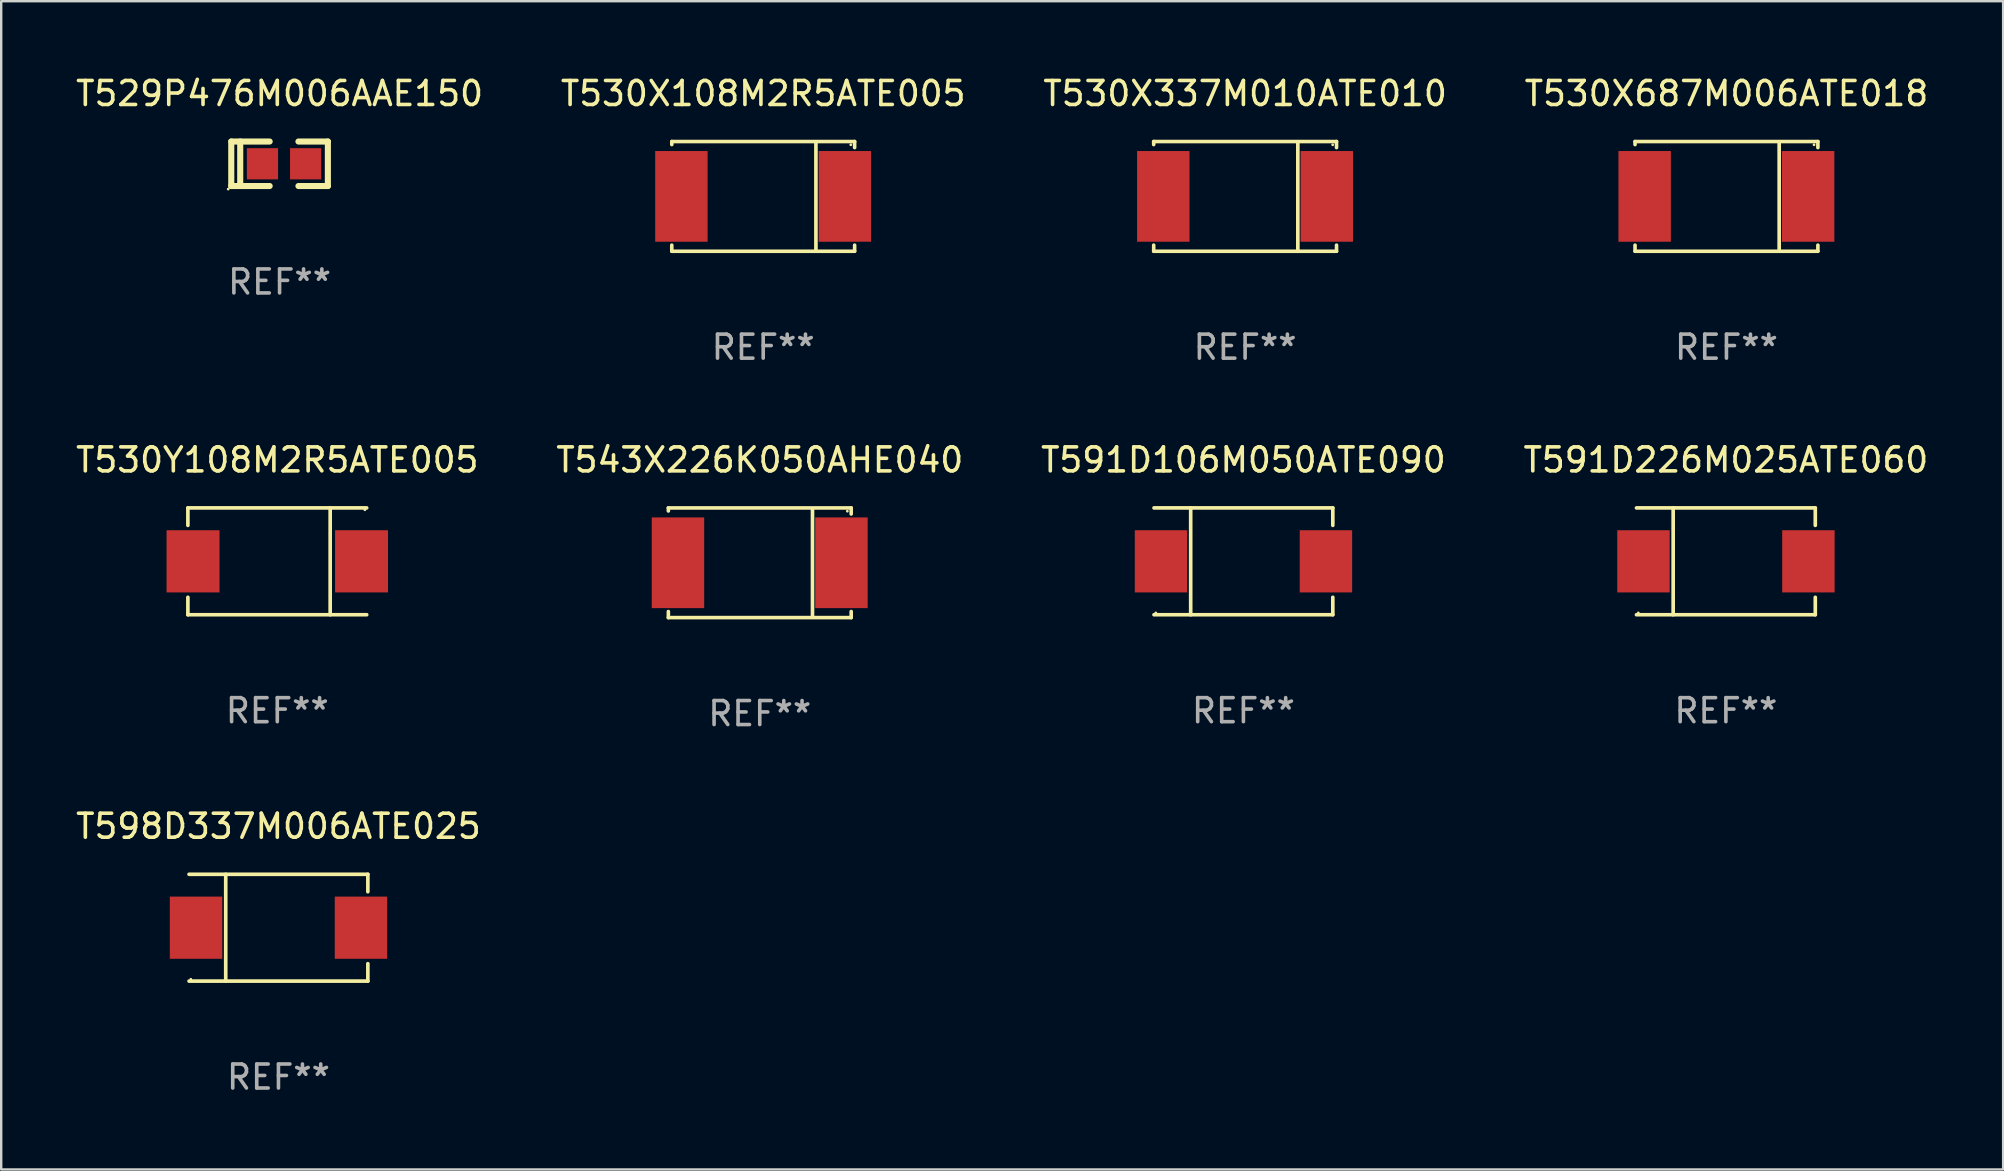
<source format=kicad_pcb>
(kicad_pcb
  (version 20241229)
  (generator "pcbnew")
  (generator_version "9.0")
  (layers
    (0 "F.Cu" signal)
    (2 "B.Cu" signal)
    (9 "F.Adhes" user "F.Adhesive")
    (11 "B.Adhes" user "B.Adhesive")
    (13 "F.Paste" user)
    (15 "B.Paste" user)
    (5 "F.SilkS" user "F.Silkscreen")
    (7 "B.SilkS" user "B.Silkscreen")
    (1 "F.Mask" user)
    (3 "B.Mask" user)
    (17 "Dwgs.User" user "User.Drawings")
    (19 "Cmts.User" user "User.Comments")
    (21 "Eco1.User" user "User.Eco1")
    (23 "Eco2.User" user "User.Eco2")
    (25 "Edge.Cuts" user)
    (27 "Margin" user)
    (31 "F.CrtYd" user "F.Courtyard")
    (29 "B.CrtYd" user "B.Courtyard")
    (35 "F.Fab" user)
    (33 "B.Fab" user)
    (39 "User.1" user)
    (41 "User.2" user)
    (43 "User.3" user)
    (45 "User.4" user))
  (footprint "T530Y108M2R5ATE005"
    (layer "F.Cu")
    (at 8.506 20.343)
    (property "Reference" "T530Y108M2R5ATE005" (at 0 -4.226 0) (layer "F.SilkS") (effects (font (size 1 1) (thickness 0.15))))
    (attr through_hole)
    (fp_line (start -3.726 -2.226) (end -3.726 -1.499) (stroke (width 0.152) (type solid)) (layer "F.SilkS"))
    (fp_line (start -3.726 -2.226) (end 3.726 -2.226) (stroke (width 0.152) (type solid)) (layer "F.SilkS"))
    (fp_line (start -3.726 2.226) (end -3.726 1.499) (stroke (width 0.152) (type solid)) (layer "F.SilkS"))
    (fp_line (start -3.726 2.226) (end 3.726 2.226) (stroke (width 0.152) (type solid)) (layer "F.SilkS"))
    (fp_line (start 2.204 -2.226) (end 2.204 2.226) (stroke (width 0.152) (type solid)) (layer "F.SilkS"))
    (fp_circle (center 3.65 -2.15) (end 3.68 -2.15) (stroke (width 0.06) (type solid)) (fill no) (layer "F.SilkS"))
    (fp_text user "REF**" (at 0 6.226 0) (layer "F.Fab") (effects (font (size 1 1) (thickness 0.15))))
    (pad "1" smd rect (at 3.511 0) (size 2.207 2.592) (layers "F.Cu" "F.Mask" "F.Paste"))
    (pad "2" smd rect (at -3.511 0) (size 2.207 2.592) (layers "F.Cu" "F.Mask" "F.Paste")))
  (footprint "T530X687M006ATE018"
    (layer "F.Cu")
    (at 68.899 5.134)
    (property "Reference" "T530X687M006ATE018" (at 0 -4.286 0) (layer "F.SilkS") (effects (font (size 1 1) (thickness 0.15))))
    (attr through_hole)
    (fp_line (start -3.81 -2.286) (end -3.81 -2.159) (stroke (width 0.15) (type solid)) (layer "F.SilkS"))
    (fp_line (start -3.81 2.032) (end -3.81 2.286) (stroke (width 0.15) (type solid)) (layer "F.SilkS"))
    (fp_line (start -3.81 2.286) (end 3.81 2.286) (stroke (width 0.15) (type solid)) (layer "F.SilkS"))
    (fp_line (start 2.197 -2.226) (end 2.197 2.226) (stroke (width 0.152) (type solid)) (layer "F.SilkS"))
    (fp_line (start 3.81 -2.286) (end -3.81 -2.286) (stroke (width 0.15) (type solid)) (layer "F.SilkS"))
    (fp_line (start 3.81 -2.032) (end 3.81 -2.286) (stroke (width 0.15) (type solid)) (layer "F.SilkS"))
    (fp_line (start 3.81 2.286) (end 3.81 2.032) (stroke (width 0.15) (type solid)) (layer "F.SilkS"))
    (fp_circle (center 3.65 -2.15) (end 3.68 -2.15) (stroke (width 0.06) (type solid)) (fill no) (layer "F.SilkS"))
    (fp_text user "REF**" (at 0 6.286 0) (layer "F.Fab") (effects (font (size 1 1) (thickness 0.15))))
    (pad "1" smd rect (at 3.404 0 180) (size 2.185 3.78) (layers "F.Cu" "F.Mask" "F.Paste"))
    (pad "2" smd rect (at -3.409 0 180) (size 2.185 3.78) (layers "F.Cu" "F.Mask" "F.Paste")))
  (footprint "T591D106M050ATE090"
    (layer "F.Cu")
    (at 48.768 20.343)
    (property "Reference" "T591D106M050ATE090" (at 0 -4.226 0) (layer "F.SilkS") (effects (font (size 1 1) (thickness 0.15))))
    (attr through_hole)
    (fp_line (start -3.726 -2.226) (end 3.726 -2.226) (stroke (width 0.152) (type solid)) (layer "F.SilkS"))
    (fp_line (start -3.726 2.226) (end 3.726 2.226) (stroke (width 0.152) (type solid)) (layer "F.SilkS"))
    (fp_line (start -2.197 -2.226) (end -2.197 2.226) (stroke (width 0.152) (type solid)) (layer "F.SilkS"))
    (fp_line (start 3.726 -2.226) (end 3.726 -1.499) (stroke (width 0.152) (type solid)) (layer "F.SilkS"))
    (fp_line (start 3.726 2.226) (end 3.726 1.499) (stroke (width 0.152) (type solid)) (layer "F.SilkS"))
    (fp_circle (center -3.65 2.15) (end -3.62 2.15) (stroke (width 0.06) (type solid)) (fill no) (layer "F.SilkS"))
    (fp_text user "REF**" (at 0 6.226 0) (layer "F.Fab") (effects (font (size 1 1) (thickness 0.15))))
    (pad "1" smd rect (at -3.434 0 180) (size 2.185 2.592) (layers "F.Cu" "F.Mask" "F.Paste"))
    (pad "2" smd rect (at 3.439 0 180) (size 2.185 2.592) (layers "F.Cu" "F.Mask" "F.Paste")))
  (footprint "T598D337M006ATE025"
    (layer "F.Cu")
    (at 8.554 35.611)
    (property "Reference" "T598D337M006ATE025" (at 0 -4.226 0) (layer "F.SilkS") (effects (font (size 1 1) (thickness 0.15))))
    (attr through_hole)
    (fp_line (start -3.726 -2.226) (end 3.726 -2.226) (stroke (width 0.152) (type solid)) (layer "F.SilkS"))
    (fp_line (start -3.726 2.226) (end 3.726 2.226) (stroke (width 0.152) (type solid)) (layer "F.SilkS"))
    (fp_line (start -2.197 -2.226) (end -2.197 2.226) (stroke (width 0.152) (type solid)) (layer "F.SilkS"))
    (fp_line (start 3.726 -2.226) (end 3.726 -1.499) (stroke (width 0.152) (type solid)) (layer "F.SilkS"))
    (fp_line (start 3.726 2.226) (end 3.726 1.499) (stroke (width 0.152) (type solid)) (layer "F.SilkS"))
    (fp_circle (center -3.65 2.15) (end -3.62 2.15) (stroke (width 0.06) (type solid)) (fill no) (layer "F.SilkS"))
    (fp_text user "REF**" (at 0 6.226 0) (layer "F.Fab") (effects (font (size 1 1) (thickness 0.15))))
    (pad "1" smd rect (at -3.434 0 180) (size 2.185 2.592) (layers "F.Cu" "F.Mask" "F.Paste"))
    (pad "2" smd rect (at 3.439 0 180) (size 2.185 2.592) (layers "F.Cu" "F.Mask" "F.Paste")))
  (footprint "T529P476M006AAE150"
    (layer "F.Cu")
    (at 8.601 3.775)
    (property "Reference" "T529P476M006AAE150" (at 0 -2.927 0) (layer "F.SilkS") (effects (font (size 1 1) (thickness 0.15))))
    (attr through_hole)
    (fp_line (start -2.013 -0.927) (end -2.013 0.927) (stroke (width 0.254) (type solid)) (layer "F.SilkS"))
    (fp_line (start -2.013 0.927) (end -0.413 0.927) (stroke (width 0.254) (type solid)) (layer "F.SilkS"))
    (fp_line (start -1.64 -0.927) (end -1.64 0.927) (stroke (width 0.254) (type solid)) (layer "F.SilkS"))
    (fp_line (start -0.413 -0.927) (end -2.013 -0.927) (stroke (width 0.254) (type solid)) (layer "F.SilkS"))
    (fp_line (start 0.786 -0.927) (end 2.013 -0.927) (stroke (width 0.254) (type solid)) (layer "F.SilkS"))
    (fp_line (start 2.013 -0.927) (end 2.013 0.927) (stroke (width 0.254) (type solid)) (layer "F.SilkS"))
    (fp_line (start 2.013 0.927) (end 0.786 0.927) (stroke (width 0.254) (type solid)) (layer "F.SilkS"))
    (fp_circle (center -2.14 1.054) (end -2.11 1.054) (stroke (width 0.06) (type solid)) (fill no) (layer "F.SilkS"))
    (fp_text user "REF**" (at 0 4.927 0) (layer "F.Fab") (effects (font (size 1 1) (thickness 0.15))))
    (pad "1" smd rect (at -0.712 0) (size 1.3 1.3) (layers "F.Cu" "F.Mask" "F.Paste"))
    (pad "2" smd rect (at 1.086 0) (size 1.3 1.3) (layers "F.Cu" "F.Mask" "F.Paste")))
  (footprint "T530X108M2R5ATE005"
    (layer "F.Cu")
    (at 28.756 5.134)
    (property "Reference" "T530X108M2R5ATE005" (at 0 -4.286 0) (layer "F.SilkS") (effects (font (size 1 1) (thickness 0.15))))
    (attr through_hole)
    (fp_line (start -3.81 -2.286) (end -3.81 -2.159) (stroke (width 0.15) (type solid)) (layer "F.SilkS"))
    (fp_line (start -3.81 2.032) (end -3.81 2.286) (stroke (width 0.15) (type solid)) (layer "F.SilkS"))
    (fp_line (start -3.81 2.286) (end 3.81 2.286) (stroke (width 0.15) (type solid)) (layer "F.SilkS"))
    (fp_line (start 2.197 -2.226) (end 2.197 2.226) (stroke (width 0.152) (type solid)) (layer "F.SilkS"))
    (fp_line (start 3.81 -2.286) (end -3.81 -2.286) (stroke (width 0.15) (type solid)) (layer "F.SilkS"))
    (fp_line (start 3.81 -2.032) (end 3.81 -2.286) (stroke (width 0.15) (type solid)) (layer "F.SilkS"))
    (fp_line (start 3.81 2.286) (end 3.81 2.032) (stroke (width 0.15) (type solid)) (layer "F.SilkS"))
    (fp_circle (center 3.65 -2.15) (end 3.68 -2.15) (stroke (width 0.06) (type solid)) (fill no) (layer "F.SilkS"))
    (fp_text user "REF**" (at 0 6.286 0) (layer "F.Fab") (effects (font (size 1 1) (thickness 0.15))))
    (pad "1" smd rect (at 3.404 0 180) (size 2.185 3.78) (layers "F.Cu" "F.Mask" "F.Paste"))
    (pad "2" smd rect (at -3.409 0 180) (size 2.185 3.78) (layers "F.Cu" "F.Mask" "F.Paste")))
  (footprint "T530X337M010ATE010"
    (layer "F.Cu")
    (at 48.839 5.134)
    (property "Reference" "T530X337M010ATE010" (at 0 -4.286 0) (layer "F.SilkS") (effects (font (size 1 1) (thickness 0.15))))
    (attr through_hole)
    (fp_line (start -3.81 -2.286) (end -3.81 -2.159) (stroke (width 0.15) (type solid)) (layer "F.SilkS"))
    (fp_line (start -3.81 2.032) (end -3.81 2.286) (stroke (width 0.15) (type solid)) (layer "F.SilkS"))
    (fp_line (start -3.81 2.286) (end 3.81 2.286) (stroke (width 0.15) (type solid)) (layer "F.SilkS"))
    (fp_line (start 2.197 -2.226) (end 2.197 2.226) (stroke (width 0.152) (type solid)) (layer "F.SilkS"))
    (fp_line (start 3.81 -2.286) (end -3.81 -2.286) (stroke (width 0.15) (type solid)) (layer "F.SilkS"))
    (fp_line (start 3.81 -2.032) (end 3.81 -2.286) (stroke (width 0.15) (type solid)) (layer "F.SilkS"))
    (fp_line (start 3.81 2.286) (end 3.81 2.032) (stroke (width 0.15) (type solid)) (layer "F.SilkS"))
    (fp_circle (center 3.65 -2.15) (end 3.68 -2.15) (stroke (width 0.06) (type solid)) (fill no) (layer "F.SilkS"))
    (fp_text user "REF**" (at 0 6.286 0) (layer "F.Fab") (effects (font (size 1 1) (thickness 0.15))))
    (pad "1" smd rect (at 3.404 0 180) (size 2.185 3.78) (layers "F.Cu" "F.Mask" "F.Paste"))
    (pad "2" smd rect (at -3.409 0 180) (size 2.185 3.78) (layers "F.Cu" "F.Mask" "F.Paste")))
  (footprint "T543X226K050AHE040"
    (layer "F.Cu")
    (at 28.613 20.403)
    (property "Reference" "T543X226K050AHE040" (at 0 -4.286 0) (layer "F.SilkS") (effects (font (size 1 1) (thickness 0.15))))
    (attr through_hole)
    (fp_line (start -3.81 -2.286) (end -3.81 -2.159) (stroke (width 0.15) (type solid)) (layer "F.SilkS"))
    (fp_line (start -3.81 2.032) (end -3.81 2.286) (stroke (width 0.15) (type solid)) (layer "F.SilkS"))
    (fp_line (start -3.81 2.286) (end 3.81 2.286) (stroke (width 0.15) (type solid)) (layer "F.SilkS"))
    (fp_line (start 2.197 -2.226) (end 2.197 2.226) (stroke (width 0.152) (type solid)) (layer "F.SilkS"))
    (fp_line (start 3.81 -2.286) (end -3.81 -2.286) (stroke (width 0.15) (type solid)) (layer "F.SilkS"))
    (fp_line (start 3.81 -2.032) (end 3.81 -2.286) (stroke (width 0.15) (type solid)) (layer "F.SilkS"))
    (fp_line (start 3.81 2.286) (end 3.81 2.032) (stroke (width 0.15) (type solid)) (layer "F.SilkS"))
    (fp_circle (center 3.65 -2.15) (end 3.68 -2.15) (stroke (width 0.06) (type solid)) (fill no) (layer "F.SilkS"))
    (fp_text user "REF**" (at 0 6.286 0) (layer "F.Fab") (effects (font (size 1 1) (thickness 0.15))))
    (pad "1" smd rect (at 3.404 0 180) (size 2.185 3.78) (layers "F.Cu" "F.Mask" "F.Paste"))
    (pad "2" smd rect (at -3.409 0 180) (size 2.185 3.78) (layers "F.Cu" "F.Mask" "F.Paste")))
  (footprint "T591D226M025ATE060"
    (layer "F.Cu")
    (at 68.875 20.343)
    (property "Reference" "T591D226M025ATE060" (at 0 -4.226 0) (layer "F.SilkS") (effects (font (size 1 1) (thickness 0.15))))
    (attr through_hole)
    (fp_line (start -3.726 -2.226) (end 3.726 -2.226) (stroke (width 0.152) (type solid)) (layer "F.SilkS"))
    (fp_line (start -3.726 2.226) (end 3.726 2.226) (stroke (width 0.152) (type solid)) (layer "F.SilkS"))
    (fp_line (start -2.197 -2.226) (end -2.197 2.226) (stroke (width 0.152) (type solid)) (layer "F.SilkS"))
    (fp_line (start 3.726 -2.226) (end 3.726 -1.499) (stroke (width 0.152) (type solid)) (layer "F.SilkS"))
    (fp_line (start 3.726 2.226) (end 3.726 1.499) (stroke (width 0.152) (type solid)) (layer "F.SilkS"))
    (fp_circle (center -3.65 2.15) (end -3.62 2.15) (stroke (width 0.06) (type solid)) (fill no) (layer "F.SilkS"))
    (fp_text user "REF**" (at 0 6.226 0) (layer "F.Fab") (effects (font (size 1 1) (thickness 0.15))))
    (pad "1" smd rect (at -3.434 0 180) (size 2.185 2.592) (layers "F.Cu" "F.Mask" "F.Paste"))
    (pad "2" smd rect (at 3.439 0 180) (size 2.185 2.592) (layers "F.Cu" "F.Mask" "F.Paste")))
  (gr_rect
    (start -3 -3)
    (end 80.429 45.686)
    (stroke (width 0.1) (type default))
    (fill no)
    (layer "Edge.Cuts")))
</source>
